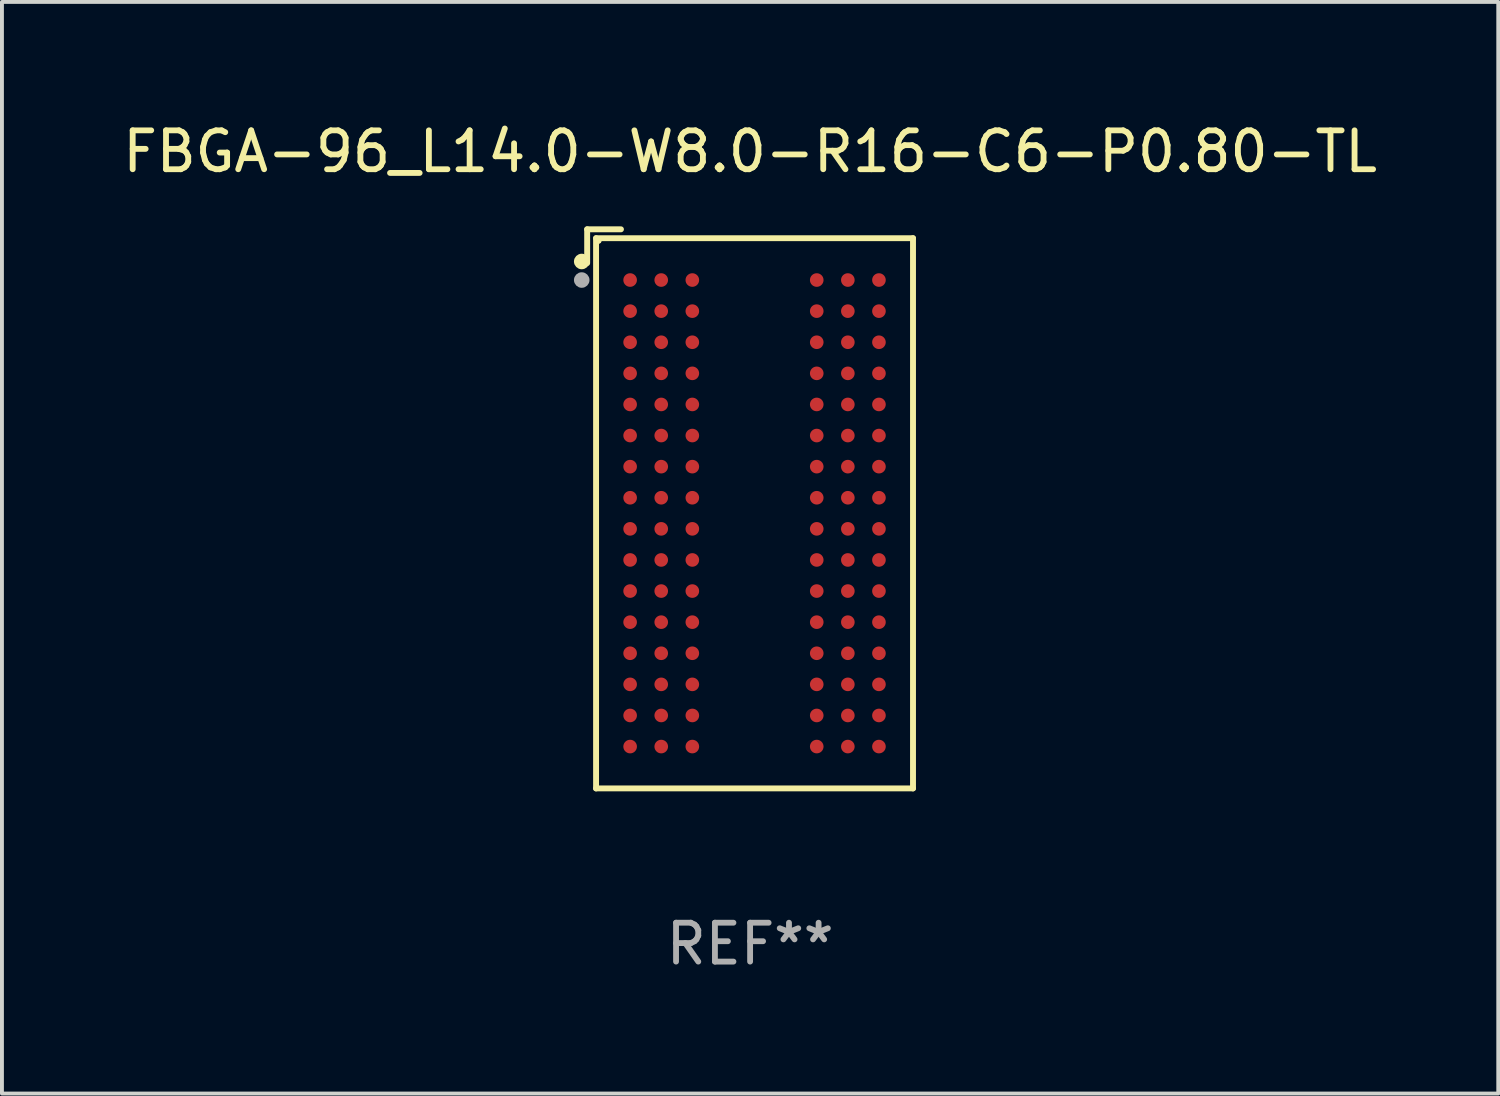
<source format=kicad_pcb>
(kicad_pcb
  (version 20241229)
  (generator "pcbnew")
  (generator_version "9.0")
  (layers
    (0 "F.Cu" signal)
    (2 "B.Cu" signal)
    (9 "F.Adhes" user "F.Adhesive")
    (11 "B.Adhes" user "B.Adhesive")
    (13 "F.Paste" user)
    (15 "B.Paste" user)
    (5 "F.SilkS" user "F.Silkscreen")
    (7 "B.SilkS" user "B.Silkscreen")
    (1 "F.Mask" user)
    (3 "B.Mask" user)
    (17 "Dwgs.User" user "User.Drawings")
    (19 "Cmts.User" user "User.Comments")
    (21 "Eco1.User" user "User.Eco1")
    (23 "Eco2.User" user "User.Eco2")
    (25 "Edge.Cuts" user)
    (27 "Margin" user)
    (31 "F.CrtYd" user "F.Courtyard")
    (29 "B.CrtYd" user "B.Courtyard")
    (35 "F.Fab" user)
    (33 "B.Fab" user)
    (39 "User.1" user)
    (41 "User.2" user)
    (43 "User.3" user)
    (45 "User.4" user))
  (footprint "FBGA-96_L14.0-W8.0-R16-C6-P0.80-TL"
    (layer "F.Cu")
    (at 16.358 10.153)
    (property "Reference" "FBGA-96_L14.0-W8.0-R16-C6-P0.80-TL" (at -0.114 -9.305 0) (layer "F.SilkS") (effects (font (size 1 1) (thickness 0.15))))
    (attr through_hole)
    (fp_line (start -4.305 -7.305) (end -4.305 -6.436) (stroke (width 0.152) (type solid)) (layer "F.SilkS"))
    (fp_line (start -4.076 -7.076) (end 4.076 -7.076) (stroke (width 0.152) (type solid)) (layer "F.SilkS"))
    (fp_line (start -4.076 7.076) (end -4.076 -7.076) (stroke (width 0.152) (type solid)) (layer "F.SilkS"))
    (fp_line (start -3.436 -7.305) (end -4.305 -7.305) (stroke (width 0.152) (type solid)) (layer "F.SilkS"))
    (fp_line (start 4.076 -7.076) (end 4.076 7.076) (stroke (width 0.152) (type solid)) (layer "F.SilkS"))
    (fp_line (start 4.076 7.076) (end -4.076 7.076) (stroke (width 0.152) (type solid)) (layer "F.SilkS"))
    (fp_circle (center -4.445 -6.477) (end -4.345 -6.477) (stroke (width 0.2) (type solid)) (fill no) (layer "F.SilkS"))
    (fp_circle (center -4 -7) (end -3.97 -7) (stroke (width 0.06) (type solid)) (fill no) (layer "F.SilkS"))
    (fp_circle (center -4 -7) (end -3.97 -7) (stroke (width 0.06) (type solid)) (fill no) (layer "F.SilkS"))
    (fp_circle (center -4.445 -6) (end -4.345 -6) (stroke (width 0.2) (type solid)) (fill no) (layer "F.Fab"))
    (fp_text user "REF**" (at -0.114 11.076 0) (layer "F.Fab") (effects (font (size 1 1) (thickness 0.15))))
    (pad "A1" smd circle (at -3.2 -6) (size 0.35 0.35) (layers "F.Cu" "F.Mask" "F.Paste"))
    (pad "A2" smd circle (at -2.4 -6) (size 0.35 0.35) (layers "F.Cu" "F.Mask" "F.Paste"))
    (pad "A3" smd circle (at -1.6 -6) (size 0.35 0.35) (layers "F.Cu" "F.Mask" "F.Paste"))
    (pad "A7" smd circle (at 1.6 -6) (size 0.35 0.35) (layers "F.Cu" "F.Mask" "F.Paste"))
    (pad "A8" smd circle (at 2.4 -6) (size 0.35 0.35) (layers "F.Cu" "F.Mask" "F.Paste"))
    (pad "A9" smd circle (at 3.2 -6) (size 0.35 0.35) (layers "F.Cu" "F.Mask" "F.Paste"))
    (pad "B1" smd circle (at -3.2 -5.2) (size 0.35 0.35) (layers "F.Cu" "F.Mask" "F.Paste"))
    (pad "B2" smd circle (at -2.4 -5.2) (size 0.35 0.35) (layers "F.Cu" "F.Mask" "F.Paste"))
    (pad "B3" smd circle (at -1.6 -5.2) (size 0.35 0.35) (layers "F.Cu" "F.Mask" "F.Paste"))
    (pad "B7" smd circle (at 1.6 -5.2) (size 0.35 0.35) (layers "F.Cu" "F.Mask" "F.Paste"))
    (pad "B8" smd circle (at 2.4 -5.2) (size 0.35 0.35) (layers "F.Cu" "F.Mask" "F.Paste"))
    (pad "B9" smd circle (at 3.2 -5.2) (size 0.35 0.35) (layers "F.Cu" "F.Mask" "F.Paste"))
    (pad "C1" smd circle (at -3.2 -4.4) (size 0.35 0.35) (layers "F.Cu" "F.Mask" "F.Paste"))
    (pad "C2" smd circle (at -2.4 -4.4) (size 0.35 0.35) (layers "F.Cu" "F.Mask" "F.Paste"))
    (pad "C3" smd circle (at -1.6 -4.4) (size 0.35 0.35) (layers "F.Cu" "F.Mask" "F.Paste"))
    (pad "C7" smd circle (at 1.6 -4.4) (size 0.35 0.35) (layers "F.Cu" "F.Mask" "F.Paste"))
    (pad "C8" smd circle (at 2.4 -4.4) (size 0.35 0.35) (layers "F.Cu" "F.Mask" "F.Paste"))
    (pad "C9" smd circle (at 3.2 -4.4) (size 0.35 0.35) (layers "F.Cu" "F.Mask" "F.Paste"))
    (pad "D1" smd circle (at -3.2 -3.6) (size 0.35 0.35) (layers "F.Cu" "F.Mask" "F.Paste"))
    (pad "D2" smd circle (at -2.4 -3.6) (size 0.35 0.35) (layers "F.Cu" "F.Mask" "F.Paste"))
    (pad "D3" smd circle (at -1.6 -3.6) (size 0.35 0.35) (layers "F.Cu" "F.Mask" "F.Paste"))
    (pad "D7" smd circle (at 1.6 -3.6) (size 0.35 0.35) (layers "F.Cu" "F.Mask" "F.Paste"))
    (pad "D8" smd circle (at 2.4 -3.6) (size 0.35 0.35) (layers "F.Cu" "F.Mask" "F.Paste"))
    (pad "D9" smd circle (at 3.2 -3.6) (size 0.35 0.35) (layers "F.Cu" "F.Mask" "F.Paste"))
    (pad "E1" smd circle (at -3.2 -2.8) (size 0.35 0.35) (layers "F.Cu" "F.Mask" "F.Paste"))
    (pad "E2" smd circle (at -2.4 -2.8) (size 0.35 0.35) (layers "F.Cu" "F.Mask" "F.Paste"))
    (pad "E3" smd circle (at -1.6 -2.8) (size 0.35 0.35) (layers "F.Cu" "F.Mask" "F.Paste"))
    (pad "E7" smd circle (at 1.6 -2.8) (size 0.35 0.35) (layers "F.Cu" "F.Mask" "F.Paste"))
    (pad "E8" smd circle (at 2.4 -2.8) (size 0.35 0.35) (layers "F.Cu" "F.Mask" "F.Paste"))
    (pad "E9" smd circle (at 3.2 -2.8) (size 0.35 0.35) (layers "F.Cu" "F.Mask" "F.Paste"))
    (pad "F1" smd circle (at -3.2 -2) (size 0.35 0.35) (layers "F.Cu" "F.Mask" "F.Paste"))
    (pad "F2" smd circle (at -2.4 -2) (size 0.35 0.35) (layers "F.Cu" "F.Mask" "F.Paste"))
    (pad "F3" smd circle (at -1.6 -2) (size 0.35 0.35) (layers "F.Cu" "F.Mask" "F.Paste"))
    (pad "F7" smd circle (at 1.6 -2) (size 0.35 0.35) (layers "F.Cu" "F.Mask" "F.Paste"))
    (pad "F8" smd circle (at 2.4 -2) (size 0.35 0.35) (layers "F.Cu" "F.Mask" "F.Paste"))
    (pad "F9" smd circle (at 3.2 -2) (size 0.35 0.35) (layers "F.Cu" "F.Mask" "F.Paste"))
    (pad "G1" smd circle (at -3.2 -1.2) (size 0.35 0.35) (layers "F.Cu" "F.Mask" "F.Paste"))
    (pad "G2" smd circle (at -2.4 -1.2) (size 0.35 0.35) (layers "F.Cu" "F.Mask" "F.Paste"))
    (pad "G3" smd circle (at -1.6 -1.2) (size 0.35 0.35) (layers "F.Cu" "F.Mask" "F.Paste"))
    (pad "G7" smd circle (at 1.6 -1.2) (size 0.35 0.35) (layers "F.Cu" "F.Mask" "F.Paste"))
    (pad "G8" smd circle (at 2.4 -1.2) (size 0.35 0.35) (layers "F.Cu" "F.Mask" "F.Paste"))
    (pad "G9" smd circle (at 3.2 -1.2) (size 0.35 0.35) (layers "F.Cu" "F.Mask" "F.Paste"))
    (pad "H1" smd circle (at -3.2 -0.4) (size 0.35 0.35) (layers "F.Cu" "F.Mask" "F.Paste"))
    (pad "H2" smd circle (at -2.4 -0.4) (size 0.35 0.35) (layers "F.Cu" "F.Mask" "F.Paste"))
    (pad "H3" smd circle (at -1.6 -0.4) (size 0.35 0.35) (layers "F.Cu" "F.Mask" "F.Paste"))
    (pad "H7" smd circle (at 1.6 -0.4) (size 0.35 0.35) (layers "F.Cu" "F.Mask" "F.Paste"))
    (pad "H8" smd circle (at 2.4 -0.4) (size 0.35 0.35) (layers "F.Cu" "F.Mask" "F.Paste"))
    (pad "H9" smd circle (at 3.2 -0.4) (size 0.35 0.35) (layers "F.Cu" "F.Mask" "F.Paste"))
    (pad "J1" smd circle (at -3.2 0.4) (size 0.35 0.35) (layers "F.Cu" "F.Mask" "F.Paste"))
    (pad "J2" smd circle (at -2.4 0.4) (size 0.35 0.35) (layers "F.Cu" "F.Mask" "F.Paste"))
    (pad "J3" smd circle (at -1.6 0.4) (size 0.35 0.35) (layers "F.Cu" "F.Mask" "F.Paste"))
    (pad "J7" smd circle (at 1.6 0.4) (size 0.35 0.35) (layers "F.Cu" "F.Mask" "F.Paste"))
    (pad "J8" smd circle (at 2.4 0.4) (size 0.35 0.35) (layers "F.Cu" "F.Mask" "F.Paste"))
    (pad "J9" smd circle (at 3.2 0.4) (size 0.35 0.35) (layers "F.Cu" "F.Mask" "F.Paste"))
    (pad "K1" smd circle (at -3.2 1.2) (size 0.35 0.35) (layers "F.Cu" "F.Mask" "F.Paste"))
    (pad "K2" smd circle (at -2.4 1.2) (size 0.35 0.35) (layers "F.Cu" "F.Mask" "F.Paste"))
    (pad "K3" smd circle (at -1.6 1.2) (size 0.35 0.35) (layers "F.Cu" "F.Mask" "F.Paste"))
    (pad "K7" smd circle (at 1.6 1.2) (size 0.35 0.35) (layers "F.Cu" "F.Mask" "F.Paste"))
    (pad "K8" smd circle (at 2.4 1.2) (size 0.35 0.35) (layers "F.Cu" "F.Mask" "F.Paste"))
    (pad "K9" smd circle (at 3.2 1.2) (size 0.35 0.35) (layers "F.Cu" "F.Mask" "F.Paste"))
    (pad "L1" smd circle (at -3.2 2) (size 0.35 0.35) (layers "F.Cu" "F.Mask" "F.Paste"))
    (pad "L2" smd circle (at -2.4 2) (size 0.35 0.35) (layers "F.Cu" "F.Mask" "F.Paste"))
    (pad "L3" smd circle (at -1.6 2) (size 0.35 0.35) (layers "F.Cu" "F.Mask" "F.Paste"))
    (pad "L7" smd circle (at 1.6 2) (size 0.35 0.35) (layers "F.Cu" "F.Mask" "F.Paste"))
    (pad "L8" smd circle (at 2.4 2) (size 0.35 0.35) (layers "F.Cu" "F.Mask" "F.Paste"))
    (pad "L9" smd circle (at 3.2 2) (size 0.35 0.35) (layers "F.Cu" "F.Mask" "F.Paste"))
    (pad "M1" smd circle (at -3.2 2.8) (size 0.35 0.35) (layers "F.Cu" "F.Mask" "F.Paste"))
    (pad "M2" smd circle (at -2.4 2.8) (size 0.35 0.35) (layers "F.Cu" "F.Mask" "F.Paste"))
    (pad "M3" smd circle (at -1.6 2.8) (size 0.35 0.35) (layers "F.Cu" "F.Mask" "F.Paste"))
    (pad "M7" smd circle (at 1.6 2.8) (size 0.35 0.35) (layers "F.Cu" "F.Mask" "F.Paste"))
    (pad "M8" smd circle (at 2.4 2.8) (size 0.35 0.35) (layers "F.Cu" "F.Mask" "F.Paste"))
    (pad "M9" smd circle (at 3.2 2.8) (size 0.35 0.35) (layers "F.Cu" "F.Mask" "F.Paste"))
    (pad "N1" smd circle (at -3.2 3.6) (size 0.35 0.35) (layers "F.Cu" "F.Mask" "F.Paste"))
    (pad "N2" smd circle (at -2.4 3.6) (size 0.35 0.35) (layers "F.Cu" "F.Mask" "F.Paste"))
    (pad "N3" smd circle (at -1.6 3.6) (size 0.35 0.35) (layers "F.Cu" "F.Mask" "F.Paste"))
    (pad "N7" smd circle (at 1.6 3.6) (size 0.35 0.35) (layers "F.Cu" "F.Mask" "F.Paste"))
    (pad "N8" smd circle (at 2.4 3.6) (size 0.35 0.35) (layers "F.Cu" "F.Mask" "F.Paste"))
    (pad "N9" smd circle (at 3.2 3.6) (size 0.35 0.35) (layers "F.Cu" "F.Mask" "F.Paste"))
    (pad "P1" smd circle (at -3.2 4.4) (size 0.35 0.35) (layers "F.Cu" "F.Mask" "F.Paste"))
    (pad "P2" smd circle (at -2.4 4.4) (size 0.35 0.35) (layers "F.Cu" "F.Mask" "F.Paste"))
    (pad "P3" smd circle (at -1.6 4.4) (size 0.35 0.35) (layers "F.Cu" "F.Mask" "F.Paste"))
    (pad "P7" smd circle (at 1.6 4.4) (size 0.35 0.35) (layers "F.Cu" "F.Mask" "F.Paste"))
    (pad "P8" smd circle (at 2.4 4.4) (size 0.35 0.35) (layers "F.Cu" "F.Mask" "F.Paste"))
    (pad "P9" smd circle (at 3.2 4.4) (size 0.35 0.35) (layers "F.Cu" "F.Mask" "F.Paste"))
    (pad "R1" smd circle (at -3.2 5.2) (size 0.35 0.35) (layers "F.Cu" "F.Mask" "F.Paste"))
    (pad "R2" smd circle (at -2.4 5.2) (size 0.35 0.35) (layers "F.Cu" "F.Mask" "F.Paste"))
    (pad "R3" smd circle (at -1.6 5.2) (size 0.35 0.35) (layers "F.Cu" "F.Mask" "F.Paste"))
    (pad "R7" smd circle (at 1.6 5.2) (size 0.35 0.35) (layers "F.Cu" "F.Mask" "F.Paste"))
    (pad "R8" smd circle (at 2.4 5.2) (size 0.35 0.35) (layers "F.Cu" "F.Mask" "F.Paste"))
    (pad "R9" smd circle (at 3.2 5.2) (size 0.35 0.35) (layers "F.Cu" "F.Mask" "F.Paste"))
    (pad "T1" smd circle (at -3.2 6) (size 0.35 0.35) (layers "F.Cu" "F.Mask" "F.Paste"))
    (pad "T2" smd circle (at -2.4 6) (size 0.35 0.35) (layers "F.Cu" "F.Mask" "F.Paste"))
    (pad "T3" smd circle (at -1.6 6) (size 0.35 0.35) (layers "F.Cu" "F.Mask" "F.Paste"))
    (pad "T7" smd circle (at 1.6 6) (size 0.35 0.35) (layers "F.Cu" "F.Mask" "F.Paste"))
    (pad "T8" smd circle (at 2.4 6) (size 0.35 0.35) (layers "F.Cu" "F.Mask" "F.Paste"))
    (pad "T9" smd circle (at 3.2 6) (size 0.35 0.35) (layers "F.Cu" "F.Mask" "F.Paste")))
  (gr_rect
    (start -3 -3)
    (end 35.488 25.078)
    (stroke (width 0.1) (type default))
    (fill no)
    (layer "Edge.Cuts")))
</source>
